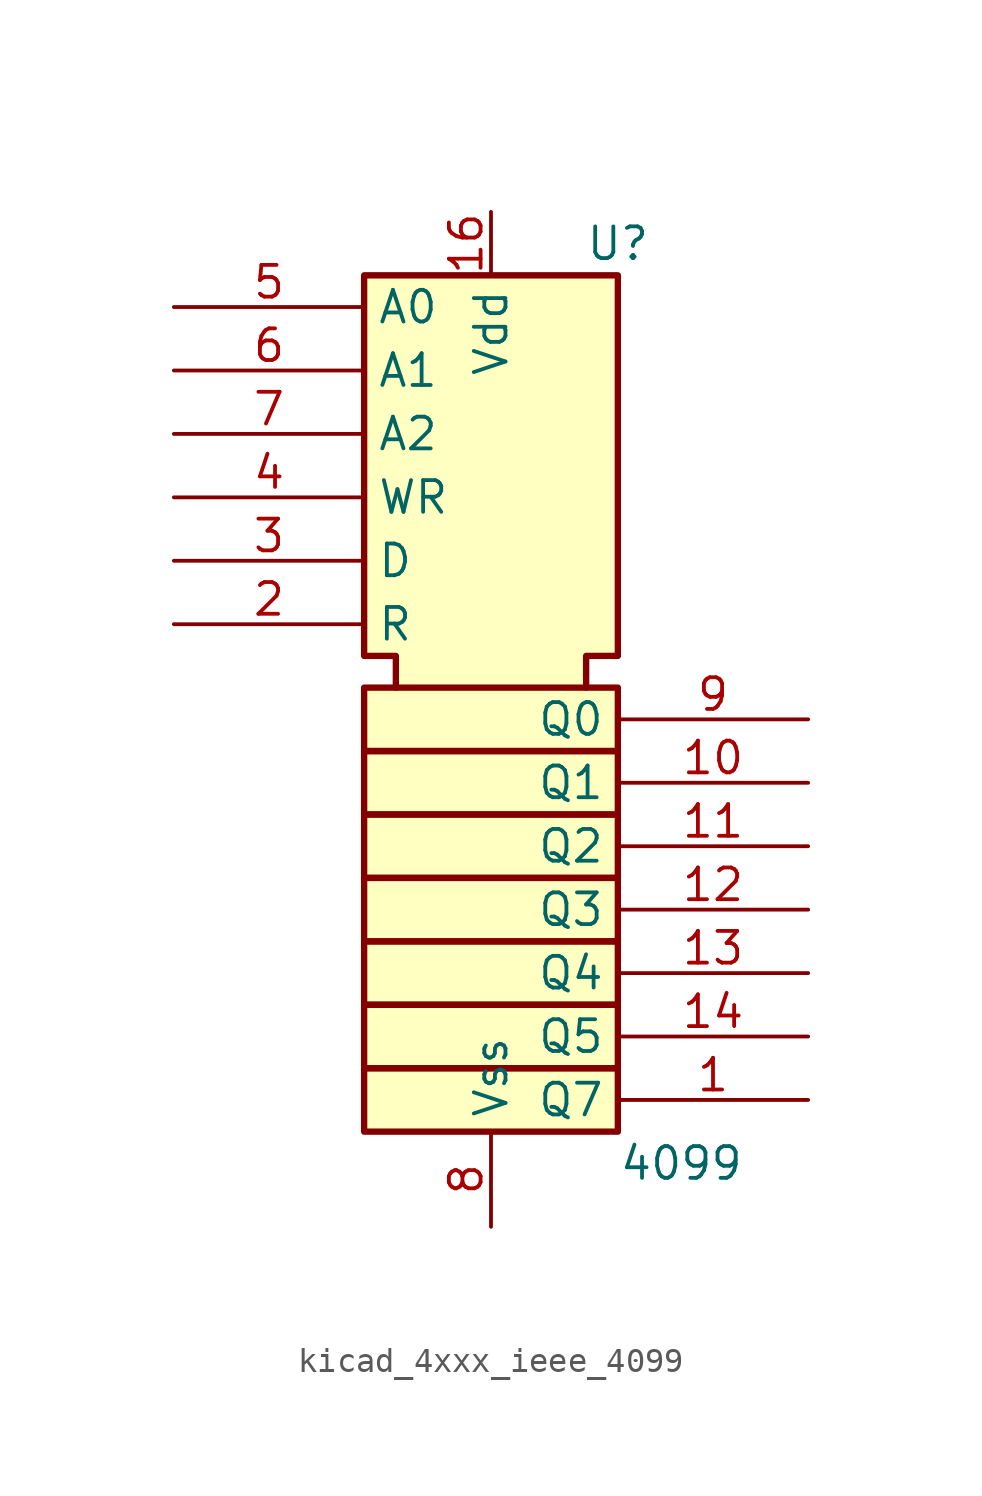
<source format=kicad_sym>
(kicad_symbol_lib
  (version 20220914)
  (generator kicad_symbol_editor)
  (symbol "kicad_4xxx_ieee_4099"
    (property "Reference" "U"
      (at 5.08 19.05 0)
      (effects (font (size 1.27 1.27))))
    (property "Value" "4099"
      (at 7.62 -17.78 0)
      (effects (font (size 1.27 1.27))))
    (symbol "kicad_4xxx_ieee_4099_0_1"
      (rectangle (start -5.08 -13.97) (end 5.08 -16.51) (stroke (width 0.254) (type default)) (fill (type background)))
      (rectangle (start -5.08 -11.43) (end 5.08 -13.97) (stroke (width 0.254) (type default)) (fill (type background)))
      (rectangle (start -5.08 -8.89) (end 5.08 -11.43) (stroke (width 0.254) (type default)) (fill (type background)))
      (rectangle (start -5.08 -6.35) (end 5.08 -8.89) (stroke (width 0.254) (type default)) (fill (type background)))
      (rectangle (start -5.08 -3.81) (end 5.08 -6.35) (stroke (width 0.254) (type default)) (fill (type background)))
      (rectangle (start -5.08 -1.27) (end 5.08 -3.81) (stroke (width 0.254) (type default)) (fill (type background)))
      (rectangle (start -5.08 1.27) (end 5.08 -1.27) (stroke (width 0.254) (type default)) (fill (type background)))
      (polyline (pts (xy 3.81 1.27) (xy 3.81 2.54) (xy 5.08 2.54) (xy 5.08 17.78) (xy -5.08 17.78) (xy -5.08 2.54) (xy -3.81 2.54) (xy -3.81 1.27)) (stroke (width 0.254) (type default)) (fill (type background))))
    (symbol "kicad_4xxx_ieee_4099_1_1"
      (pin output line (at 12.7 -15.24 180) (length 7.62) (name "Q7" (effects (font (size 1.27 1.27)))) (number "1" (effects (font (size 1.27 1.27)))))
      (pin output line (at 12.7 -2.54 180) (length 7.62) (name "Q1" (effects (font (size 1.27 1.27)))) (number "10" (effects (font (size 1.27 1.27)))))
      (pin output line (at 12.7 -5.08 180) (length 7.62) (name "Q2" (effects (font (size 1.27 1.27)))) (number "11" (effects (font (size 1.27 1.27)))))
      (pin output line (at 12.7 -7.62 180) (length 7.62) (name "Q3" (effects (font (size 1.27 1.27)))) (number "12" (effects (font (size 1.27 1.27)))))
      (pin output line (at 12.7 -10.16 180) (length 7.62) (name "Q4" (effects (font (size 1.27 1.27)))) (number "13" (effects (font (size 1.27 1.27)))))
      (pin output line (at 12.7 -12.7 180) (length 7.62) (name "Q5" (effects (font (size 1.27 1.27)))) (number "14" (effects (font (size 1.27 1.27)))))
      (pin power_in line (at 0 20.32 270) (length 2.54) (name "Vdd" (effects (font (size 1.27 1.27)))) (number "16" (effects (font (size 1.27 1.27)))))
      (pin input line (at -12.7 3.81 0) (length 7.62) (name "R" (effects (font (size 1.27 1.27)))) (number "2" (effects (font (size 1.27 1.27)))))
      (pin input line (at -12.7 6.35 0) (length 7.62) (name "D" (effects (font (size 1.27 1.27)))) (number "3" (effects (font (size 1.27 1.27)))))
      (pin input line (at -12.7 8.89 0) (length 7.62) (name "WR" (effects (font (size 1.27 1.27)))) (number "4" (effects (font (size 1.27 1.27)))))
      (pin input line (at -12.7 16.51 0) (length 7.62) (name "A0" (effects (font (size 1.27 1.27)))) (number "5" (effects (font (size 1.27 1.27)))))
      (pin input line (at -12.7 13.97 0) (length 7.62) (name "A1" (effects (font (size 1.27 1.27)))) (number "6" (effects (font (size 1.27 1.27)))))
      (pin input line (at -12.7 11.43 0) (length 7.62) (name "A2" (effects (font (size 1.27 1.27)))) (number "7" (effects (font (size 1.27 1.27)))))
      (pin power_in line (at 0 -20.32 90) (length 3.81) (name "Vss" (effects (font (size 1.27 1.27)))) (number "8" (effects (font (size 1.27 1.27)))))
      (pin output line (at 12.7 0 180) (length 7.62) (name "Q0" (effects (font (size 1.27 1.27)))) (number "9" (effects (font (size 1.27 1.27))))))))
</source>
